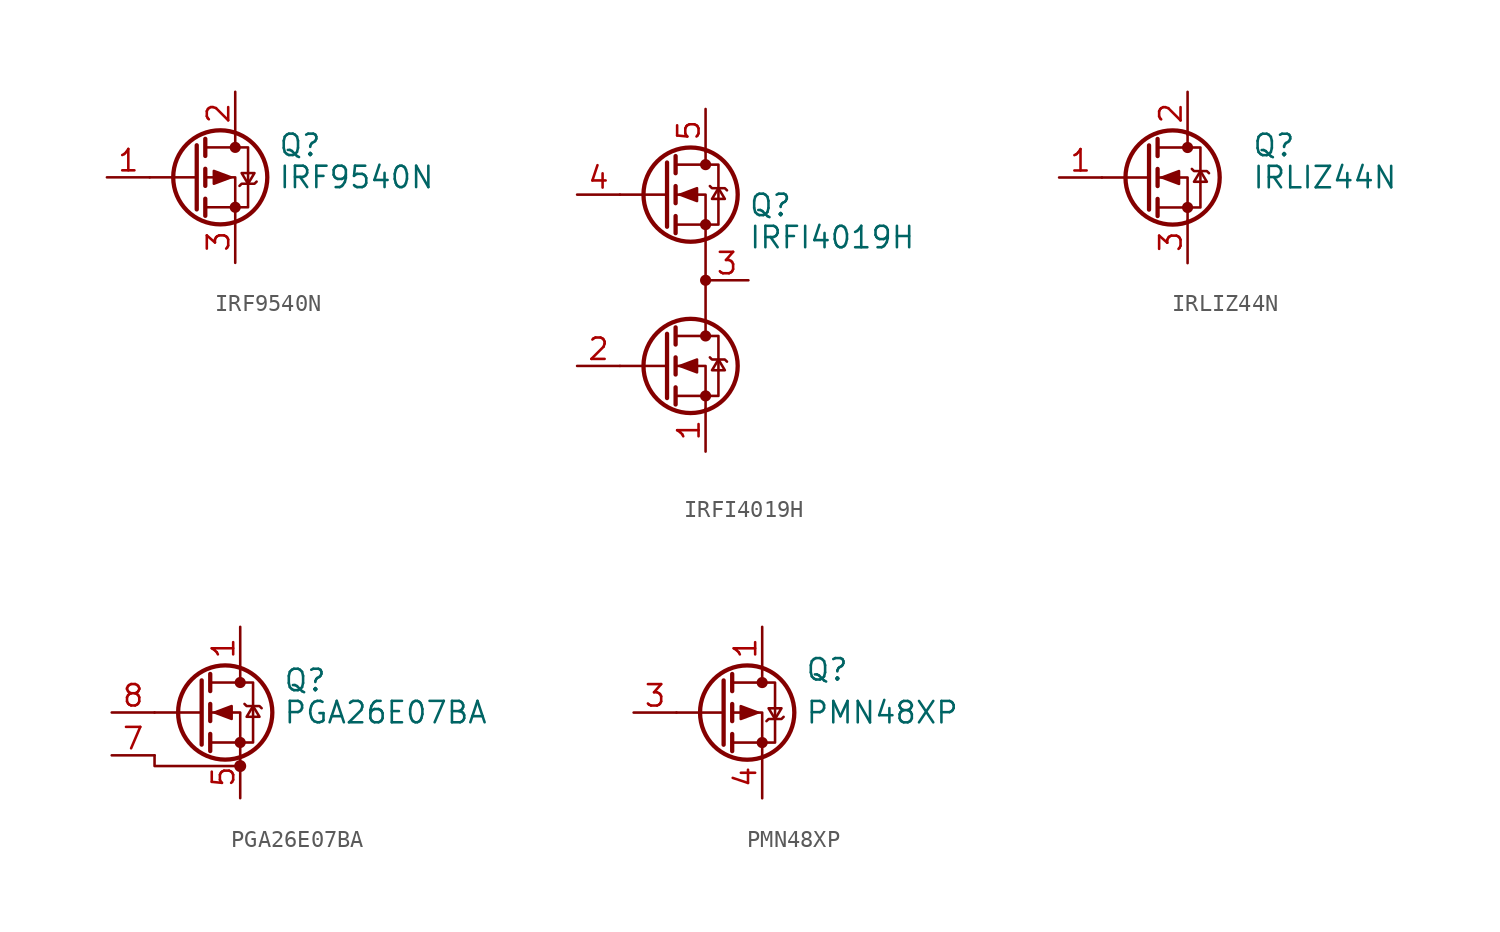
<source format=kicad_sym>
(kicad_symbol_lib
  (version 20201005)
  (generator kicad_symbol_editor)
  (symbol "IRF9540N"
    (pin_names hide)
    (property "Reference" "Q"
      (at 5.08 1.905 0)
      (effects (font (size 1.27 1.27)) (justify left)))
    (property "Value" "IRF9540N"
      (at 5.08 0 0)
      (effects (font (size 1.27 1.27)) (justify left)))
    (symbol "IRF9540N_0_1"
      (circle (center 1.651 0) (radius 2.794) (stroke (width 0.254)) (fill (type none)))
      (circle (center 2.54 -1.778) (radius 0.254) (stroke (width 0)) (fill (type outline)))
      (circle (center 2.54 1.778) (radius 0.254) (stroke (width 0)) (fill (type outline)))
      (polyline (pts (xy 0.254 0) (xy -2.54 0)) (stroke (width 0)) (fill (type none)))
      (polyline (pts (xy 0.254 1.905) (xy 0.254 -1.905)) (stroke (width 0.254)) (fill (type none)))
      (polyline (pts (xy 0.762 -1.27) (xy 0.762 -2.286)) (stroke (width 0.254)) (fill (type none)))
      (polyline (pts (xy 0.762 0.508) (xy 0.762 -0.508)) (stroke (width 0.254)) (fill (type none)))
      (polyline (pts (xy 0.762 2.286) (xy 0.762 1.27)) (stroke (width 0.254)) (fill (type none)))
      (polyline (pts (xy 2.54 2.54) (xy 2.54 1.778)) (stroke (width 0)) (fill (type none)))
      (polyline (pts (xy 2.54 -2.54) (xy 2.54 0) (xy 0.762 0)) (stroke (width 0)) (fill (type none)))
      (polyline (pts (xy 0.762 1.778) (xy 3.302 1.778) (xy 3.302 -1.778) (xy 0.762 -1.778)) (stroke (width 0)) (fill (type none)))
      (polyline (pts (xy 2.794 -0.508) (xy 2.921 -0.381) (xy 3.683 -0.381) (xy 3.81 -0.254)) (stroke (width 0)) (fill (type none)))
      (polyline (pts (xy 3.302 -0.381) (xy 2.921 0.254) (xy 3.683 0.254) (xy 3.302 -0.381)) (stroke (width 0)) (fill (type none)))
      (polyline (pts (xy 2.286 0) (xy 1.27 0.381) (xy 1.27 -0.381) (xy 2.286 0)) (stroke (width 0)) (fill (type outline))))
    (symbol "IRF9540N_1_1"
      (pin input line (at -5.08 0 0) (length 2.54) (name "G" (effects (font (size 1.27 1.27)))) (number "1" (effects (font (size 1.27 1.27)))))
      (pin passive line (at 2.54 5.08 270) (length 2.54) (name "D" (effects (font (size 1.27 1.27)))) (number "2" (effects (font (size 1.27 1.27)))))
      (pin passive line (at 2.54 -5.08 90) (length 2.54) (name "S" (effects (font (size 1.27 1.27)))) (number "3" (effects (font (size 1.27 1.27)))))))
  (symbol "IRFI4019H"
    (pin_names hide)
    (property "Reference" "Q"
      (at 5.08 4.445 0)
      (effects (font (size 1.27 1.27)) (justify left)))
    (property "Value" "IRFI4019H"
      (at 5.08 2.54 0)
      (effects (font (size 1.27 1.27)) (justify left)))
    (symbol "IRFI4019H_0_1"
      (circle (center 1.651 -5.08) (radius 2.794) (stroke (width 0.254)) (fill (type none)))
      (circle (center 1.651 5.08) (radius 2.794) (stroke (width 0.254)) (fill (type none)))
      (circle (center 2.54 -6.858) (radius 0.254) (stroke (width 0)) (fill (type outline)))
      (circle (center 2.54 -3.302) (radius 0.254) (stroke (width 0)) (fill (type outline)))
      (circle (center 2.54 0) (radius 0.254) (stroke (width 0)) (fill (type outline)))
      (circle (center 2.54 3.302) (radius 0.254) (stroke (width 0)) (fill (type outline)))
      (circle (center 2.54 6.858) (radius 0.254) (stroke (width 0)) (fill (type outline)))
      (polyline (pts (xy 0.254 -5.08) (xy -2.54 -5.08)) (stroke (width 0)) (fill (type none)))
      (polyline (pts (xy 0.254 -3.175) (xy 0.254 -6.985)) (stroke (width 0.254)) (fill (type none)))
      (polyline (pts (xy 0.254 5.08) (xy -2.54 5.08)) (stroke (width 0)) (fill (type none)))
      (polyline (pts (xy 0.254 6.985) (xy 0.254 3.175)) (stroke (width 0.254)) (fill (type none)))
      (polyline (pts (xy 0.762 -6.35) (xy 0.762 -7.366)) (stroke (width 0.254)) (fill (type none)))
      (polyline (pts (xy 0.762 -4.572) (xy 0.762 -5.588)) (stroke (width 0.254)) (fill (type none)))
      (polyline (pts (xy 0.762 -2.794) (xy 0.762 -3.81)) (stroke (width 0.254)) (fill (type none)))
      (polyline (pts (xy 0.762 3.81) (xy 0.762 2.794)) (stroke (width 0.254)) (fill (type none)))
      (polyline (pts (xy 0.762 5.588) (xy 0.762 4.572)) (stroke (width 0.254)) (fill (type none)))
      (polyline (pts (xy 0.762 7.366) (xy 0.762 6.35)) (stroke (width 0.254)) (fill (type none)))
      (polyline (pts (xy 2.54 7.62) (xy 2.54 6.858)) (stroke (width 0)) (fill (type none)))
      (polyline (pts (xy 2.54 -7.62) (xy 2.54 -5.08) (xy 0.762 -5.08)) (stroke (width 0)) (fill (type none)))
      (polyline (pts (xy 2.54 -3.302) (xy 2.54 5.08) (xy 0.762 5.08)) (stroke (width 0)) (fill (type none)))
      (polyline (pts (xy 0.762 -6.858) (xy 3.302 -6.858) (xy 3.302 -3.302) (xy 0.762 -3.302)) (stroke (width 0)) (fill (type none)))
      (polyline (pts (xy 0.762 3.302) (xy 3.302 3.302) (xy 3.302 6.858) (xy 0.762 6.858)) (stroke (width 0)) (fill (type none)))
      (polyline (pts (xy 2.794 -4.572) (xy 2.921 -4.699) (xy 3.683 -4.699) (xy 3.81 -4.826)) (stroke (width 0)) (fill (type none)))
      (polyline (pts (xy 2.794 5.588) (xy 2.921 5.461) (xy 3.683 5.461) (xy 3.81 5.334)) (stroke (width 0)) (fill (type none)))
      (polyline (pts (xy 3.302 -4.699) (xy 2.921 -5.334) (xy 3.683 -5.334) (xy 3.302 -4.699)) (stroke (width 0)) (fill (type none)))
      (polyline (pts (xy 3.302 5.461) (xy 2.921 4.826) (xy 3.683 4.826) (xy 3.302 5.461)) (stroke (width 0)) (fill (type none)))
      (polyline (pts (xy 1.016 -5.08) (xy 2.032 -4.699) (xy 2.032 -5.461) (xy 1.016 -5.08)) (stroke (width 0)) (fill (type outline)))
      (polyline (pts (xy 1.016 5.08) (xy 2.032 5.461) (xy 2.032 4.699) (xy 1.016 5.08)) (stroke (width 0)) (fill (type outline))))
    (symbol "IRFI4019H_1_1"
      (pin passive line (at 2.54 -10.16 90) (length 2.54) (name "S2" (effects (font (size 1.27 1.27)))) (number "1" (effects (font (size 1.27 1.27)))))
      (pin input line (at -5.08 -5.08 0) (length 2.54) (name "G2" (effects (font (size 1.27 1.27)))) (number "2" (effects (font (size 1.27 1.27)))))
      (pin passive line (at 5.08 0 180) (length 2.54) (name "S1/D2" (effects (font (size 1.27 1.27)))) (number "3" (effects (font (size 1.27 1.27)))))
      (pin input line (at -5.08 5.08 0) (length 2.54) (name "G1" (effects (font (size 1.27 1.27)))) (number "4" (effects (font (size 1.27 1.27)))))
      (pin passive line (at 2.54 10.16 270) (length 2.54) (name "D1" (effects (font (size 1.27 1.27)))) (number "5" (effects (font (size 1.27 1.27)))))))
  (symbol "IRLIZ44N"
    (pin_names hide)
    (property "Reference" "Q"
      (at 6.35 1.905 0)
      (effects (font (size 1.27 1.27)) (justify left)))
    (property "Value" "IRLIZ44N"
      (at 6.35 0 0)
      (effects (font (size 1.27 1.27)) (justify left)))
    (symbol "IRLIZ44N_0_1"
      (circle (center 1.651 0) (radius 2.794) (stroke (width 0.254)) (fill (type none)))
      (circle (center 2.54 -1.778) (radius 0.254) (stroke (width 0)) (fill (type outline)))
      (circle (center 2.54 1.778) (radius 0.254) (stroke (width 0)) (fill (type outline)))
      (polyline (pts (xy 0.254 0) (xy -2.54 0)) (stroke (width 0)) (fill (type none)))
      (polyline (pts (xy 0.254 1.905) (xy 0.254 -1.905)) (stroke (width 0.254)) (fill (type none)))
      (polyline (pts (xy 0.762 -1.27) (xy 0.762 -2.286)) (stroke (width 0.254)) (fill (type none)))
      (polyline (pts (xy 0.762 0.508) (xy 0.762 -0.508)) (stroke (width 0.254)) (fill (type none)))
      (polyline (pts (xy 0.762 2.286) (xy 0.762 1.27)) (stroke (width 0.254)) (fill (type none)))
      (polyline (pts (xy 2.54 2.54) (xy 2.54 1.778)) (stroke (width 0)) (fill (type none)))
      (polyline (pts (xy 2.54 -2.54) (xy 2.54 0) (xy 0.762 0)) (stroke (width 0)) (fill (type none)))
      (polyline (pts (xy 0.762 -1.778) (xy 3.302 -1.778) (xy 3.302 1.778) (xy 0.762 1.778)) (stroke (width 0)) (fill (type none)))
      (polyline (pts (xy 2.794 0.508) (xy 2.921 0.381) (xy 3.683 0.381) (xy 3.81 0.254)) (stroke (width 0)) (fill (type none)))
      (polyline (pts (xy 3.302 0.381) (xy 2.921 -0.254) (xy 3.683 -0.254) (xy 3.302 0.381)) (stroke (width 0)) (fill (type none)))
      (polyline (pts (xy 1.016 0) (xy 2.032 0.381) (xy 2.032 -0.381) (xy 1.016 0)) (stroke (width 0)) (fill (type outline))))
    (symbol "IRLIZ44N_1_1"
      (pin input line (at -5.08 0 0) (length 2.54) (name "G" (effects (font (size 1.27 1.27)))) (number "1" (effects (font (size 1.27 1.27)))))
      (pin passive line (at 2.54 5.08 270) (length 2.54) (name "D" (effects (font (size 1.27 1.27)))) (number "2" (effects (font (size 1.27 1.27)))))
      (pin passive line (at 2.54 -5.08 90) (length 2.54) (name "S" (effects (font (size 1.27 1.27)))) (number "3" (effects (font (size 1.27 1.27)))))))
  (symbol "PGA26E07BA"
    (pin_names hide)
    (property "Reference" "Q"
      (at 5.08 1.905 0)
      (effects (font (size 1.27 1.27)) (justify left)))
    (property "Value" "PGA26E07BA"
      (at 5.08 0 0)
      (effects (font (size 1.27 1.27)) (justify left)))
    (symbol "PGA26E07BA_0_1"
      (circle (center 1.651 0) (radius 2.794) (stroke (width 0.254)) (fill (type none)))
      (circle (center 2.54 -3.175) (radius 0.279) (stroke (width 0)) (fill (type outline)))
      (circle (center 2.54 -1.778) (radius 0.254) (stroke (width 0)) (fill (type outline)))
      (circle (center 2.54 1.778) (radius 0.254) (stroke (width 0)) (fill (type outline)))
      (polyline (pts (xy 0.254 0) (xy -2.54 0)) (stroke (width 0)) (fill (type none)))
      (polyline (pts (xy 0.254 1.905) (xy 0.254 -1.905)) (stroke (width 0.254)) (fill (type none)))
      (polyline (pts (xy 0.762 -1.27) (xy 0.762 -2.286)) (stroke (width 0.254)) (fill (type none)))
      (polyline (pts (xy 0.762 0.508) (xy 0.762 -0.508)) (stroke (width 0.254)) (fill (type none)))
      (polyline (pts (xy 0.762 2.286) (xy 0.762 1.27)) (stroke (width 0.254)) (fill (type none)))
      (polyline (pts (xy 2.54 2.54) (xy 2.54 1.778)) (stroke (width 0)) (fill (type none)))
      (polyline (pts (xy -2.54 -2.54) (xy -2.54 -3.175) (xy 2.54 -3.175)) (stroke (width 0)) (fill (type none)))
      (polyline (pts (xy 2.54 -2.54) (xy 2.54 0) (xy 0.762 0)) (stroke (width 0)) (fill (type none)))
      (polyline (pts (xy 0.762 -1.778) (xy 3.302 -1.778) (xy 3.302 1.778) (xy 0.762 1.778)) (stroke (width 0)) (fill (type none)))
      (polyline (pts (xy 2.794 0.508) (xy 2.921 0.381) (xy 3.683 0.381) (xy 3.81 0.254)) (stroke (width 0)) (fill (type none)))
      (polyline (pts (xy 3.302 0.381) (xy 2.921 -0.254) (xy 3.683 -0.254) (xy 3.302 0.381)) (stroke (width 0)) (fill (type none)))
      (polyline (pts (xy 1.016 0) (xy 2.032 0.381) (xy 2.032 -0.381) (xy 1.016 0)) (stroke (width 0)) (fill (type outline))))
    (symbol "PGA26E07BA_1_1"
      (pin passive line (at 2.54 5.08 270) (length 2.54) (name "D" (effects (font (size 1.27 1.27)))) (number "1" (effects (font (size 1.27 1.27)))))
      (pin passive line (at 2.54 5.08 270) (length 2.54) hide (name "D" (effects (font (size 1.27 1.27)))) (number "2" (effects (font (size 1.27 1.27)))))
      (pin passive line (at 2.54 5.08 270) (length 2.54) hide (name "D" (effects (font (size 1.27 1.27)))) (number "3" (effects (font (size 1.27 1.27)))))
      (pin passive line (at 2.54 5.08 270) (length 2.54) hide (name "D" (effects (font (size 1.27 1.27)))) (number "4" (effects (font (size 1.27 1.27)))))
      (pin passive line (at 2.54 -5.08 90) (length 2.54) (name "S2" (effects (font (size 1.27 1.27)))) (number "5" (effects (font (size 1.27 1.27)))))
      (pin passive line (at 2.54 -5.08 90) (length 2.54) hide (name "S2" (effects (font (size 1.27 1.27)))) (number "6" (effects (font (size 1.27 1.27)))))
      (pin passive line (at -5.08 -2.54 0) (length 2.54) (name "S1" (effects (font (size 1.27 1.27)))) (number "7" (effects (font (size 1.27 1.27)))))
      (pin input line (at -5.08 0 0) (length 2.54) (name "G" (effects (font (size 1.27 1.27)))) (number "8" (effects (font (size 1.27 1.27)))))
      (pin passive line (at 2.54 -5.08 90) (length 2.54) hide (name "S2" (effects (font (size 1.27 1.27)))) (number "9" (effects (font (size 1.27 1.27)))))))
  (symbol "PMN48XP"
    (pin_names hide)
    (property "Reference" "Q"
      (at 5.08 2.54 0)
      (effects (font (size 1.27 1.27)) (justify left)))
    (property "Value" "PMN48XP"
      (at 5.08 0 0)
      (effects (font (size 1.27 1.27)) (justify left)))
    (symbol "PMN48XP_0_1"
      (circle (center 1.651 0) (radius 2.794) (stroke (width 0.254)) (fill (type none)))
      (circle (center 2.54 -1.778) (radius 0.254) (stroke (width 0)) (fill (type outline)))
      (circle (center 2.54 1.778) (radius 0.254) (stroke (width 0)) (fill (type outline)))
      (polyline (pts (xy 0.254 0) (xy -2.54 0)) (stroke (width 0)) (fill (type none)))
      (polyline (pts (xy 0.254 1.905) (xy 0.254 -1.905)) (stroke (width 0.254)) (fill (type none)))
      (polyline (pts (xy 0.762 -1.27) (xy 0.762 -2.286)) (stroke (width 0.254)) (fill (type none)))
      (polyline (pts (xy 0.762 0.508) (xy 0.762 -0.508)) (stroke (width 0.254)) (fill (type none)))
      (polyline (pts (xy 0.762 2.286) (xy 0.762 1.27)) (stroke (width 0.254)) (fill (type none)))
      (polyline (pts (xy 2.54 2.54) (xy 2.54 1.778)) (stroke (width 0)) (fill (type none)))
      (polyline (pts (xy 2.54 -2.54) (xy 2.54 0) (xy 0.762 0)) (stroke (width 0)) (fill (type none)))
      (polyline (pts (xy 0.762 1.778) (xy 3.302 1.778) (xy 3.302 -1.778) (xy 0.762 -1.778)) (stroke (width 0)) (fill (type none)))
      (polyline (pts (xy 2.794 -0.508) (xy 2.921 -0.381) (xy 3.683 -0.381) (xy 3.81 -0.254)) (stroke (width 0)) (fill (type none)))
      (polyline (pts (xy 3.302 -0.381) (xy 2.921 0.254) (xy 3.683 0.254) (xy 3.302 -0.381)) (stroke (width 0)) (fill (type none)))
      (polyline (pts (xy 2.286 0) (xy 1.27 0.381) (xy 1.27 -0.381) (xy 2.286 0)) (stroke (width 0)) (fill (type outline))))
    (symbol "PMN48XP_1_1"
      (pin passive line (at 2.54 5.08 270) (length 2.54) (name "D" (effects (font (size 1.27 1.27)))) (number "1" (effects (font (size 1.27 1.27)))))
      (pin passive line (at 2.54 5.08 270) (length 2.54) hide (name "D" (effects (font (size 1.27 1.27)))) (number "2" (effects (font (size 1.27 1.27)))))
      (pin passive line (at -5.08 0 0) (length 2.54) (name "G" (effects (font (size 1.27 1.27)))) (number "3" (effects (font (size 1.27 1.27)))))
      (pin passive line (at 2.54 -5.08 90) (length 2.54) (name "S" (effects (font (size 1.27 1.27)))) (number "4" (effects (font (size 1.27 1.27)))))
      (pin passive line (at 2.54 5.08 270) (length 2.54) hide (name "D" (effects (font (size 1.27 1.27)))) (number "5" (effects (font (size 1.27 1.27)))))
      (pin passive line (at 2.54 5.08 270) (length 2.54) hide (name "D" (effects (font (size 1.27 1.27)))) (number "6" (effects (font (size 1.27 1.27))))))))
</source>
